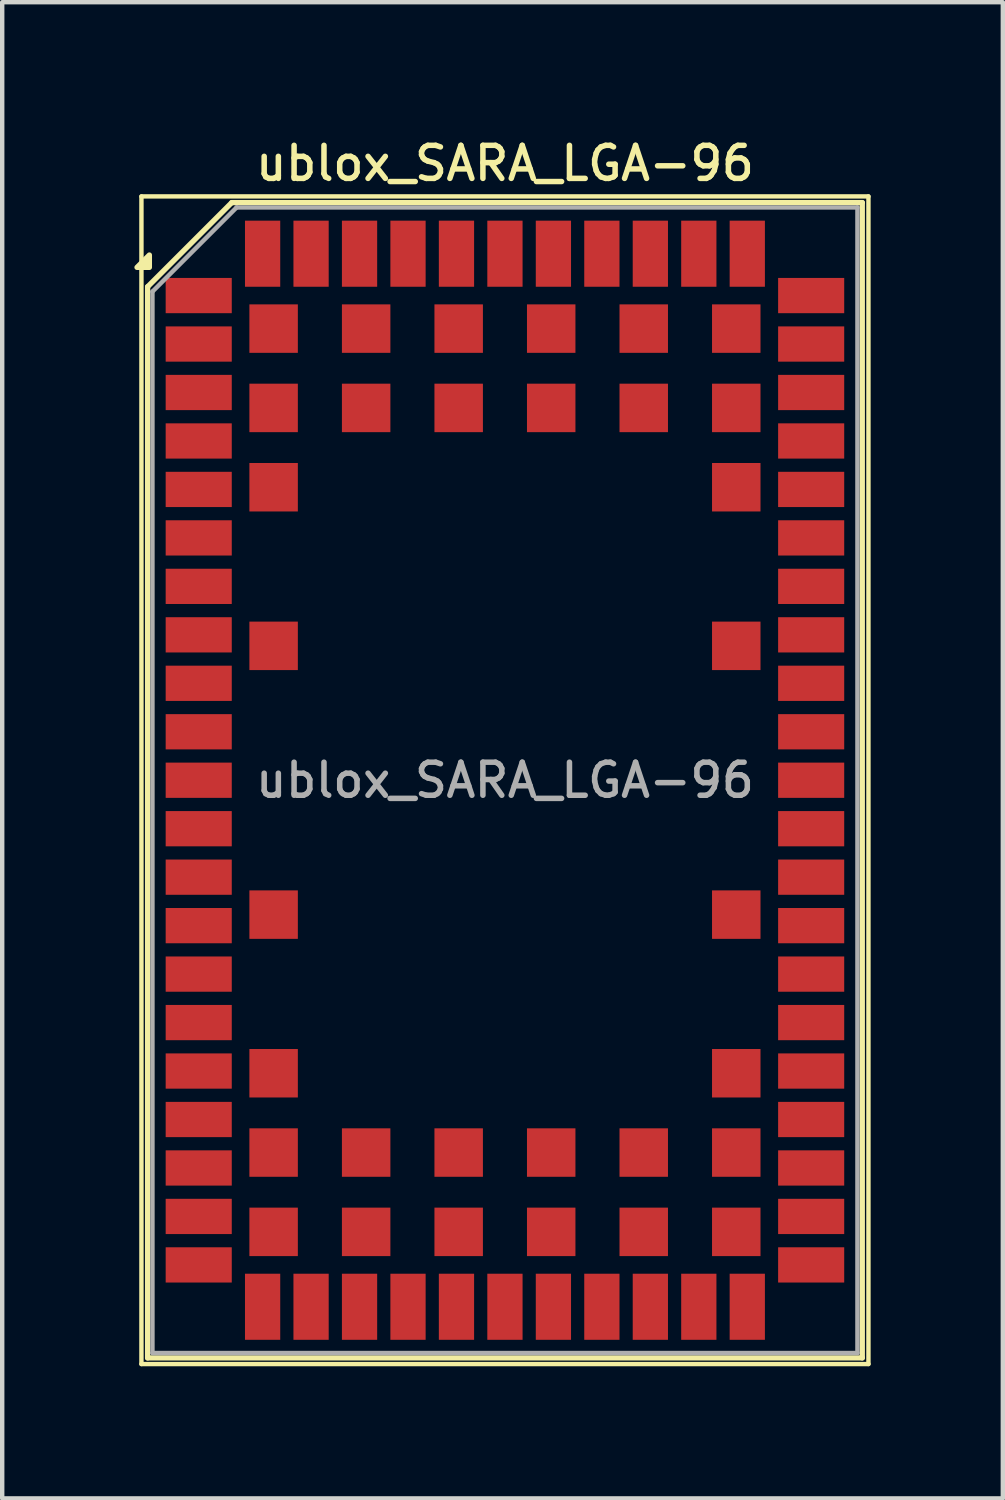
<source format=kicad_pcb>
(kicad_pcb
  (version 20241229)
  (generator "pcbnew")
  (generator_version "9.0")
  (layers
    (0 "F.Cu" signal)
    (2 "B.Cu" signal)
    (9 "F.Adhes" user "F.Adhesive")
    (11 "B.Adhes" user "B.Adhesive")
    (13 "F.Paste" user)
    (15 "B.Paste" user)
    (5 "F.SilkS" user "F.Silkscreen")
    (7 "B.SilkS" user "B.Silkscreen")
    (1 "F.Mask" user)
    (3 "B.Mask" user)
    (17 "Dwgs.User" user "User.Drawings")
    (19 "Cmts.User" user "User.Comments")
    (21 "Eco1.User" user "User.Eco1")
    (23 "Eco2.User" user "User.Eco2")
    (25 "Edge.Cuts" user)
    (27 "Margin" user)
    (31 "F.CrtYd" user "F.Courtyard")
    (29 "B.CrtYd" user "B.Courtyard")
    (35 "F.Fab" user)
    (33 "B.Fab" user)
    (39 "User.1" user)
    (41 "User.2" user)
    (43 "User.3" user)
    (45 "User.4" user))
  (footprint "ublox_SARA_LGA-96"
    (layer "F.Cu")
    (at 8.41 14.658)
    (property "Reference" "ublox_SARA_LGA-96" (at 0 -14 0) (layer "F.SilkS") (effects (font (size 0.75 0.75) (thickness 0.125))))
    (attr smd)
    (fp_line (start -8.25 -13.25) (end -8.25 13.25) (stroke (width 0.1) (type solid)) (layer "F.SilkS"))
    (fp_line (start -8.11 -11.2) (end -8.11 13.11) (stroke (width 0.12) (type solid)) (layer "F.SilkS"))
    (fp_line (start -6.2 -13.11) (end -8.11 -11.2) (stroke (width 0.12) (type solid)) (layer "F.SilkS"))
    (fp_line (start 8.11 -13.11) (end -6.2 -13.11) (stroke (width 0.12) (type solid)) (layer "F.SilkS"))
    (fp_line (start 8.11 -13.11) (end 8.11 13.11) (stroke (width 0.12) (type solid)) (layer "F.SilkS"))
    (fp_line (start 8.11 13.11) (end -8.11 13.11) (stroke (width 0.12) (type solid)) (layer "F.SilkS"))
    (fp_line (start 8.25 -13.25) (end -8.25 -13.25) (stroke (width 0.1) (type solid)) (layer "F.SilkS"))
    (fp_line (start 8.25 -13.25) (end 8.25 13.25) (stroke (width 0.1) (type solid)) (layer "F.SilkS"))
    (fp_line (start 8.25 13.25) (end -8.25 13.25) (stroke (width 0.1) (type solid)) (layer "F.SilkS"))
    (fp_poly (pts (xy -8.07 -11.64) (xy -8.35 -11.64) (xy -8.07 -11.92) (xy -8.07 -11.64)) (stroke (width 0.12) (type solid)) (fill yes) (layer "F.SilkS"))
    (fp_line (start -8 -11.09) (end -8 13) (stroke (width 0.1) (type solid)) (layer "F.Fab"))
    (fp_line (start -6.09 -13) (end -8 -11.09) (stroke (width 0.1) (type solid)) (layer "F.Fab"))
    (fp_line (start 8 -13) (end -6.09 -13) (stroke (width 0.1) (type solid)) (layer "F.Fab"))
    (fp_line (start 8 -13) (end 8 13) (stroke (width 0.1) (type solid)) (layer "F.Fab"))
    (fp_line (start 8 13) (end -8 13) (stroke (width 0.1) (type solid)) (layer "F.Fab"))
    (fp_text user "${REFERENCE}" (at 0 0 0) (layer "F.Fab") (effects (font (size 0.75 0.75) (thickness 0.125))))
    (pad "" smd rect (at -7 -11 270) (size 0.75 1.55) (layers "F.Paste"))
    (pad "" smd rect (at -7 -9.9 270) (size 0.75 1.55) (layers "F.Paste"))
    (pad "" smd rect (at -7 -8.8 270) (size 0.75 1.55) (layers "F.Paste"))
    (pad "" smd rect (at -7 -7.7 270) (size 0.75 1.55) (layers "F.Paste"))
    (pad "" smd rect (at -7 -6.6 270) (size 0.75 1.55) (layers "F.Paste"))
    (pad "" smd rect (at -7 -5.5 270) (size 0.75 1.55) (layers "F.Paste"))
    (pad "" smd rect (at -7 -4.4 270) (size 0.75 1.55) (layers "F.Paste"))
    (pad "" smd rect (at -7 -3.3 270) (size 0.75 1.55) (layers "F.Paste"))
    (pad "" smd rect (at -7 -2.2 270) (size 0.75 1.55) (layers "F.Paste"))
    (pad "" smd rect (at -7 -1.1 270) (size 0.75 1.55) (layers "F.Paste"))
    (pad "" smd rect (at -7 0 270) (size 0.75 1.55) (layers "F.Paste"))
    (pad "" smd rect (at -7 1.1 270) (size 0.75 1.55) (layers "F.Paste"))
    (pad "" smd rect (at -7 2.2 270) (size 0.75 1.55) (layers "F.Paste"))
    (pad "" smd rect (at -7 3.3 270) (size 0.75 1.55) (layers "F.Paste"))
    (pad "" smd rect (at -7 4.4 270) (size 0.75 1.55) (layers "F.Paste"))
    (pad "" smd rect (at -7 5.5 270) (size 0.75 1.55) (layers "F.Paste"))
    (pad "" smd rect (at -7 6.6 270) (size 0.75 1.55) (layers "F.Paste"))
    (pad "" smd rect (at -7 7.7 270) (size 0.75 1.55) (layers "F.Paste"))
    (pad "" smd rect (at -7 8.8 270) (size 0.75 1.55) (layers "F.Paste"))
    (pad "" smd rect (at -7 9.9 270) (size 0.75 1.55) (layers "F.Paste"))
    (pad "" smd rect (at -7 11 270) (size 0.75 1.55) (layers "F.Paste"))
    (pad "" smd rect (at -5.5 -12) (size 0.75 1.55) (layers "F.Paste"))
    (pad "" smd rect (at -5.5 12) (size 0.75 1.55) (layers "F.Paste"))
    (pad "" smd rect (at -5.25 -10.25 180) (size 1.05 1.05) (layers "F.Paste"))
    (pad "" smd rect (at -5.25 -8.45 180) (size 1.05 1.05) (layers "F.Paste"))
    (pad "" smd rect (at -5.25 -6.65 180) (size 1.05 1.05) (layers "F.Paste"))
    (pad "" smd rect (at -5.25 -3.05 180) (size 1.05 1.05) (layers "F.Paste"))
    (pad "" smd rect (at -5.25 3.05 180) (size 1.05 1.05) (layers "F.Paste"))
    (pad "" smd rect (at -5.25 6.65 180) (size 1.05 1.05) (layers "F.Paste"))
    (pad "" smd rect (at -5.25 8.45 180) (size 1.05 1.05) (layers "F.Paste"))
    (pad "" smd rect (at -5.25 10.25 180) (size 1.05 1.05) (layers "F.Paste"))
    (pad "" smd rect (at -4.4 -12) (size 0.75 1.55) (layers "F.Paste"))
    (pad "" smd rect (at -4.4 12) (size 0.75 1.55) (layers "F.Paste"))
    (pad "" smd rect (at -3.3 -12) (size 0.75 1.55) (layers "F.Paste"))
    (pad "" smd rect (at -3.3 12) (size 0.75 1.55) (layers "F.Paste"))
    (pad "" smd rect (at -3.15 -10.25 180) (size 1.05 1.05) (layers "F.Paste"))
    (pad "" smd rect (at -3.15 -8.45 180) (size 1.05 1.05) (layers "F.Paste"))
    (pad "" smd rect (at -3.15 8.45 180) (size 1.05 1.05) (layers "F.Paste"))
    (pad "" smd rect (at -3.15 10.25 180) (size 1.05 1.05) (layers "F.Paste"))
    (pad "" smd rect (at -2.2 -12) (size 0.75 1.55) (layers "F.Paste"))
    (pad "" smd rect (at -2.2 12) (size 0.75 1.55) (layers "F.Paste"))
    (pad "" smd rect (at -1.1 -12) (size 0.75 1.55) (layers "F.Paste"))
    (pad "" smd rect (at -1.1 12) (size 0.75 1.55) (layers "F.Paste"))
    (pad "" smd rect (at -1.05 -10.25 180) (size 1.05 1.05) (layers "F.Paste"))
    (pad "" smd rect (at -1.05 -8.45 180) (size 1.05 1.05) (layers "F.Paste"))
    (pad "" smd rect (at -1.05 8.45 180) (size 1.05 1.05) (layers "F.Paste"))
    (pad "" smd rect (at -1.05 10.25 180) (size 1.05 1.05) (layers "F.Paste"))
    (pad "" smd rect (at 0 -12) (size 0.75 1.55) (layers "F.Paste"))
    (pad "" smd rect (at 0 12) (size 0.75 1.55) (layers "F.Paste"))
    (pad "" smd rect (at 1.05 -10.25 180) (size 1.05 1.05) (layers "F.Paste"))
    (pad "" smd rect (at 1.05 -8.45 180) (size 1.05 1.05) (layers "F.Paste"))
    (pad "" smd rect (at 1.05 8.45 180) (size 1.05 1.05) (layers "F.Paste"))
    (pad "" smd rect (at 1.05 10.25 180) (size 1.05 1.05) (layers "F.Paste"))
    (pad "" smd rect (at 1.1 -12) (size 0.75 1.55) (layers "F.Paste"))
    (pad "" smd rect (at 1.1 12) (size 0.75 1.55) (layers "F.Paste"))
    (pad "" smd rect (at 2.2 -12) (size 0.75 1.55) (layers "F.Paste"))
    (pad "" smd rect (at 2.2 12) (size 0.75 1.55) (layers "F.Paste"))
    (pad "" smd rect (at 3.15 -10.25 180) (size 1.05 1.05) (layers "F.Paste"))
    (pad "" smd rect (at 3.15 -8.45 180) (size 1.05 1.05) (layers "F.Paste"))
    (pad "" smd rect (at 3.15 8.45 180) (size 1.05 1.05) (layers "F.Paste"))
    (pad "" smd rect (at 3.15 10.25 180) (size 1.05 1.05) (layers "F.Paste"))
    (pad "" smd rect (at 3.3 -12) (size 0.75 1.55) (layers "F.Paste"))
    (pad "" smd rect (at 3.3 12) (size 0.75 1.55) (layers "F.Paste"))
    (pad "" smd rect (at 4.4 -12) (size 0.75 1.55) (layers "F.Paste"))
    (pad "" smd rect (at 4.4 12) (size 0.75 1.55) (layers "F.Paste"))
    (pad "" smd rect (at 5.25 -10.25 180) (size 1.05 1.05) (layers "F.Paste"))
    (pad "" smd rect (at 5.25 -8.45 180) (size 1.05 1.05) (layers "F.Paste"))
    (pad "" smd rect (at 5.25 -6.65 180) (size 1.05 1.05) (layers "F.Paste"))
    (pad "" smd rect (at 5.25 -3.05 180) (size 1.05 1.05) (layers "F.Paste"))
    (pad "" smd rect (at 5.25 3.05 180) (size 1.05 1.05) (layers "F.Paste"))
    (pad "" smd rect (at 5.25 6.65 180) (size 1.05 1.05) (layers "F.Paste"))
    (pad "" smd rect (at 5.25 8.45 180) (size 1.05 1.05) (layers "F.Paste"))
    (pad "" smd rect (at 5.25 10.25 180) (size 1.05 1.05) (layers "F.Paste"))
    (pad "" smd rect (at 5.5 -12) (size 0.75 1.55) (layers "F.Paste"))
    (pad "" smd rect (at 5.5 12) (size 0.75 1.55) (layers "F.Paste"))
    (pad "" smd rect (at 7 -11 270) (size 0.75 1.55) (layers "F.Paste"))
    (pad "" smd rect (at 7 -9.9 270) (size 0.75 1.55) (layers "F.Paste"))
    (pad "" smd rect (at 7 -8.8 270) (size 0.75 1.55) (layers "F.Paste"))
    (pad "" smd rect (at 7 -7.7 270) (size 0.75 1.55) (layers "F.Paste"))
    (pad "" smd rect (at 7 -6.6 270) (size 0.75 1.55) (layers "F.Paste"))
    (pad "" smd rect (at 7 -5.5 270) (size 0.75 1.55) (layers "F.Paste"))
    (pad "" smd rect (at 7 -4.4 270) (size 0.75 1.55) (layers "F.Paste"))
    (pad "" smd rect (at 7 -3.3 270) (size 0.75 1.55) (layers "F.Paste"))
    (pad "" smd rect (at 7 -2.2 270) (size 0.75 1.55) (layers "F.Paste"))
    (pad "" smd rect (at 7 -1.1 270) (size 0.75 1.55) (layers "F.Paste"))
    (pad "" smd rect (at 7 0 270) (size 0.75 1.55) (layers "F.Paste"))
    (pad "" smd rect (at 7 1.1 270) (size 0.75 1.55) (layers "F.Paste"))
    (pad "" smd rect (at 7 2.2 270) (size 0.75 1.55) (layers "F.Paste"))
    (pad "" smd rect (at 7 3.3 270) (size 0.75 1.55) (layers "F.Paste"))
    (pad "" smd rect (at 7 4.4 270) (size 0.75 1.55) (layers "F.Paste"))
    (pad "" smd rect (at 7 5.5 270) (size 0.75 1.55) (layers "F.Paste"))
    (pad "" smd rect (at 7 6.6 270) (size 0.75 1.55) (layers "F.Paste"))
    (pad "" smd rect (at 7 7.7 270) (size 0.75 1.55) (layers "F.Paste"))
    (pad "" smd rect (at 7 8.8 270) (size 0.75 1.55) (layers "F.Paste"))
    (pad "" smd rect (at 7 9.9 270) (size 0.75 1.55) (layers "F.Paste"))
    (pad "" smd rect (at 7 11 270) (size 0.75 1.55) (layers "F.Paste"))
    (pad "1" smd rect (at -6.95 -11 270) (size 0.8 1.5) (layers "F.Cu" "F.Mask"))
    (pad "2" smd rect (at -6.95 -9.9 270) (size 0.8 1.5) (layers "F.Cu" "F.Mask"))
    (pad "3" smd rect (at -6.95 -8.8 270) (size 0.8 1.5) (layers "F.Cu" "F.Mask"))
    (pad "4" smd rect (at -6.95 -7.7 270) (size 0.8 1.5) (layers "F.Cu" "F.Mask"))
    (pad "5" smd rect (at -6.95 -6.6 270) (size 0.8 1.5) (layers "F.Cu" "F.Mask"))
    (pad "6" smd rect (at -6.95 -5.5 270) (size 0.8 1.5) (layers "F.Cu" "F.Mask"))
    (pad "7" smd rect (at -6.95 -4.4 270) (size 0.8 1.5) (layers "F.Cu" "F.Mask"))
    (pad "8" smd rect (at -6.95 -3.3 270) (size 0.8 1.5) (layers "F.Cu" "F.Mask"))
    (pad "9" smd rect (at -6.95 -2.2 270) (size 0.8 1.5) (layers "F.Cu" "F.Mask"))
    (pad "10" smd rect (at -6.95 -1.1 270) (size 0.8 1.5) (layers "F.Cu" "F.Mask"))
    (pad "11" smd rect (at -6.95 0 270) (size 0.8 1.5) (layers "F.Cu" "F.Mask"))
    (pad "12" smd rect (at -6.95 1.1 270) (size 0.8 1.5) (layers "F.Cu" "F.Mask"))
    (pad "13" smd rect (at -6.95 2.2 270) (size 0.8 1.5) (layers "F.Cu" "F.Mask"))
    (pad "14" smd rect (at -6.95 3.3 270) (size 0.8 1.5) (layers "F.Cu" "F.Mask"))
    (pad "15" smd rect (at -6.95 4.4 270) (size 0.8 1.5) (layers "F.Cu" "F.Mask"))
    (pad "16" smd rect (at -6.95 5.5 270) (size 0.8 1.5) (layers "F.Cu" "F.Mask"))
    (pad "17" smd rect (at -6.95 6.6 270) (size 0.8 1.5) (layers "F.Cu" "F.Mask"))
    (pad "18" smd rect (at -6.95 7.7 270) (size 0.8 1.5) (layers "F.Cu" "F.Mask"))
    (pad "19" smd rect (at -6.95 8.8 270) (size 0.8 1.5) (layers "F.Cu" "F.Mask"))
    (pad "20" smd rect (at -6.95 9.9 270) (size 0.8 1.5) (layers "F.Cu" "F.Mask"))
    (pad "21" smd rect (at -6.95 11 270) (size 0.8 1.5) (layers "F.Cu" "F.Mask"))
    (pad "22" smd rect (at -5.5 11.95) (size 0.8 1.5) (layers "F.Cu" "F.Mask"))
    (pad "23" smd rect (at -4.4 11.95) (size 0.8 1.5) (layers "F.Cu" "F.Mask"))
    (pad "24" smd rect (at -3.3 11.95) (size 0.8 1.5) (layers "F.Cu" "F.Mask"))
    (pad "25" smd rect (at -2.2 11.95) (size 0.8 1.5) (layers "F.Cu" "F.Mask"))
    (pad "26" smd rect (at -1.1 11.95) (size 0.8 1.5) (layers "F.Cu" "F.Mask"))
    (pad "27" smd rect (at 0 11.95) (size 0.8 1.5) (layers "F.Cu" "F.Mask"))
    (pad "28" smd rect (at 1.1 11.95) (size 0.8 1.5) (layers "F.Cu" "F.Mask"))
    (pad "29" smd rect (at 2.2 11.95) (size 0.8 1.5) (layers "F.Cu" "F.Mask"))
    (pad "30" smd rect (at 3.3 11.95) (size 0.8 1.5) (layers "F.Cu" "F.Mask"))
    (pad "31" smd rect (at 4.4 11.95) (size 0.8 1.5) (layers "F.Cu" "F.Mask"))
    (pad "32" smd rect (at 5.5 11.95) (size 0.8 1.5) (layers "F.Cu" "F.Mask"))
    (pad "33" smd rect (at 6.95 11 90) (size 0.8 1.5) (layers "F.Cu" "F.Mask"))
    (pad "34" smd rect (at 6.95 9.9 90) (size 0.8 1.5) (layers "F.Cu" "F.Mask"))
    (pad "35" smd rect (at 6.95 8.8 90) (size 0.8 1.5) (layers "F.Cu" "F.Mask"))
    (pad "36" smd rect (at 6.95 7.7 90) (size 0.8 1.5) (layers "F.Cu" "F.Mask"))
    (pad "37" smd rect (at 6.95 6.6 90) (size 0.8 1.5) (layers "F.Cu" "F.Mask"))
    (pad "38" smd rect (at 6.95 5.5 90) (size 0.8 1.5) (layers "F.Cu" "F.Mask"))
    (pad "39" smd rect (at 6.95 4.4 90) (size 0.8 1.5) (layers "F.Cu" "F.Mask"))
    (pad "40" smd rect (at 6.95 3.3 90) (size 0.8 1.5) (layers "F.Cu" "F.Mask"))
    (pad "41" smd rect (at 6.95 2.2 90) (size 0.8 1.5) (layers "F.Cu" "F.Mask"))
    (pad "42" smd rect (at 6.95 1.1 90) (size 0.8 1.5) (layers "F.Cu" "F.Mask"))
    (pad "43" smd rect (at 6.95 0 90) (size 0.8 1.5) (layers "F.Cu" "F.Mask"))
    (pad "44" smd rect (at 6.95 -1.1 90) (size 0.8 1.5) (layers "F.Cu" "F.Mask"))
    (pad "45" smd rect (at 6.95 -2.2 90) (size 0.8 1.5) (layers "F.Cu" "F.Mask"))
    (pad "46" smd rect (at 6.95 -3.3 90) (size 0.8 1.5) (layers "F.Cu" "F.Mask"))
    (pad "47" smd rect (at 6.95 -4.4 90) (size 0.8 1.5) (layers "F.Cu" "F.Mask"))
    (pad "48" smd rect (at 6.95 -5.5 90) (size 0.8 1.5) (layers "F.Cu" "F.Mask"))
    (pad "49" smd rect (at 6.95 -6.6 90) (size 0.8 1.5) (layers "F.Cu" "F.Mask"))
    (pad "50" smd rect (at 6.95 -7.7 90) (size 0.8 1.5) (layers "F.Cu" "F.Mask"))
    (pad "51" smd rect (at 6.95 -8.8 90) (size 0.8 1.5) (layers "F.Cu" "F.Mask"))
    (pad "52" smd rect (at 6.95 -9.9 90) (size 0.8 1.5) (layers "F.Cu" "F.Mask"))
    (pad "53" smd rect (at 6.95 -11 90) (size 0.8 1.5) (layers "F.Cu" "F.Mask"))
    (pad "54" smd rect (at 5.5 -11.95 180) (size 0.8 1.5) (layers "F.Cu" "F.Mask"))
    (pad "55" smd rect (at 4.4 -11.95 180) (size 0.8 1.5) (layers "F.Cu" "F.Mask"))
    (pad "56" smd rect (at 3.3 -11.95 180) (size 0.8 1.5) (layers "F.Cu" "F.Mask"))
    (pad "57" smd rect (at 2.2 -11.95 180) (size 0.8 1.5) (layers "F.Cu" "F.Mask"))
    (pad "58" smd rect (at 1.1 -11.95 180) (size 0.8 1.5) (layers "F.Cu" "F.Mask"))
    (pad "59" smd rect (at 0 -11.95 180) (size 0.8 1.5) (layers "F.Cu" "F.Mask"))
    (pad "60" smd rect (at -1.1 -11.95 180) (size 0.8 1.5) (layers "F.Cu" "F.Mask"))
    (pad "61" smd rect (at -2.2 -11.95 180) (size 0.8 1.5) (layers "F.Cu" "F.Mask"))
    (pad "62" smd rect (at -3.3 -11.95 180) (size 0.8 1.5) (layers "F.Cu" "F.Mask"))
    (pad "63" smd rect (at -4.4 -11.95 180) (size 0.8 1.5) (layers "F.Cu" "F.Mask"))
    (pad "64" smd rect (at -5.5 -11.95 180) (size 0.8 1.5) (layers "F.Cu" "F.Mask"))
    (pad "65" smd rect (at -5.25 -10.25 180) (size 1.1 1.1) (layers "F.Cu" "F.Mask"))
    (pad "66" smd rect (at -3.15 -10.25 180) (size 1.1 1.1) (layers "F.Cu" "F.Mask"))
    (pad "67" smd rect (at -1.05 -10.25 180) (size 1.1 1.1) (layers "F.Cu" "F.Mask"))
    (pad "68" smd rect (at 1.05 -10.25 180) (size 1.1 1.1) (layers "F.Cu" "F.Mask"))
    (pad "69" smd rect (at 3.15 -10.25 180) (size 1.1 1.1) (layers "F.Cu" "F.Mask"))
    (pad "70" smd rect (at 5.25 -10.25 180) (size 1.1 1.1) (layers "F.Cu" "F.Mask"))
    (pad "71" smd rect (at -5.25 -8.45 180) (size 1.1 1.1) (layers "F.Cu" "F.Mask"))
    (pad "72" smd rect (at -3.15 -8.45 180) (size 1.1 1.1) (layers "F.Cu" "F.Mask"))
    (pad "73" smd rect (at -1.05 -8.45 180) (size 1.1 1.1) (layers "F.Cu" "F.Mask"))
    (pad "74" smd rect (at 1.05 -8.45 180) (size 1.1 1.1) (layers "F.Cu" "F.Mask"))
    (pad "75" smd rect (at 3.15 -8.45 180) (size 1.1 1.1) (layers "F.Cu" "F.Mask"))
    (pad "76" smd rect (at 5.25 -8.45 180) (size 1.1 1.1) (layers "F.Cu" "F.Mask"))
    (pad "77" smd rect (at -5.25 -6.65 180) (size 1.1 1.1) (layers "F.Cu" "F.Mask"))
    (pad "78" smd rect (at 5.25 -6.65 180) (size 1.1 1.1) (layers "F.Cu" "F.Mask"))
    (pad "79" smd rect (at -5.25 -3.05 180) (size 1.1 1.1) (layers "F.Cu" "F.Mask"))
    (pad "80" smd rect (at 5.25 -3.05 180) (size 1.1 1.1) (layers "F.Cu" "F.Mask"))
    (pad "81" smd rect (at -5.25 3.05 180) (size 1.1 1.1) (layers "F.Cu" "F.Mask"))
    (pad "82" smd rect (at 5.25 3.05 180) (size 1.1 1.1) (layers "F.Cu" "F.Mask"))
    (pad "83" smd rect (at -5.25 6.65 180) (size 1.1 1.1) (layers "F.Cu" "F.Mask"))
    (pad "84" smd rect (at 5.25 6.65 180) (size 1.1 1.1) (layers "F.Cu" "F.Mask"))
    (pad "85" smd rect (at -5.25 8.45 180) (size 1.1 1.1) (layers "F.Cu" "F.Mask"))
    (pad "86" smd rect (at -3.15 8.45 180) (size 1.1 1.1) (layers "F.Cu" "F.Mask"))
    (pad "87" smd rect (at -1.05 8.45 180) (size 1.1 1.1) (layers "F.Cu" "F.Mask"))
    (pad "88" smd rect (at 1.05 8.45 180) (size 1.1 1.1) (layers "F.Cu" "F.Mask"))
    (pad "89" smd rect (at 3.15 8.45 180) (size 1.1 1.1) (layers "F.Cu" "F.Mask"))
    (pad "90" smd rect (at 5.25 8.45 180) (size 1.1 1.1) (layers "F.Cu" "F.Mask"))
    (pad "91" smd rect (at -5.25 10.25 180) (size 1.1 1.1) (layers "F.Cu" "F.Mask"))
    (pad "92" smd rect (at -3.15 10.25 180) (size 1.1 1.1) (layers "F.Cu" "F.Mask"))
    (pad "93" smd rect (at -1.05 10.25 270) (size 1.1 1.1) (layers "F.Cu" "F.Mask"))
    (pad "94" smd rect (at 1.05 10.25 180) (size 1.1 1.1) (layers "F.Cu" "F.Mask"))
    (pad "95" smd rect (at 3.15 10.25 180) (size 1.1 1.1) (layers "F.Cu" "F.Mask"))
    (pad "96" smd rect (at 5.25 10.25 270) (size 1.1 1.1) (layers "F.Cu" "F.Mask")))
  (gr_rect
    (start -3 -3)
    (end 19.71 30.958)
    (stroke (width 0.1) (type default))
    (fill no)
    (layer "Edge.Cuts")))
</source>
